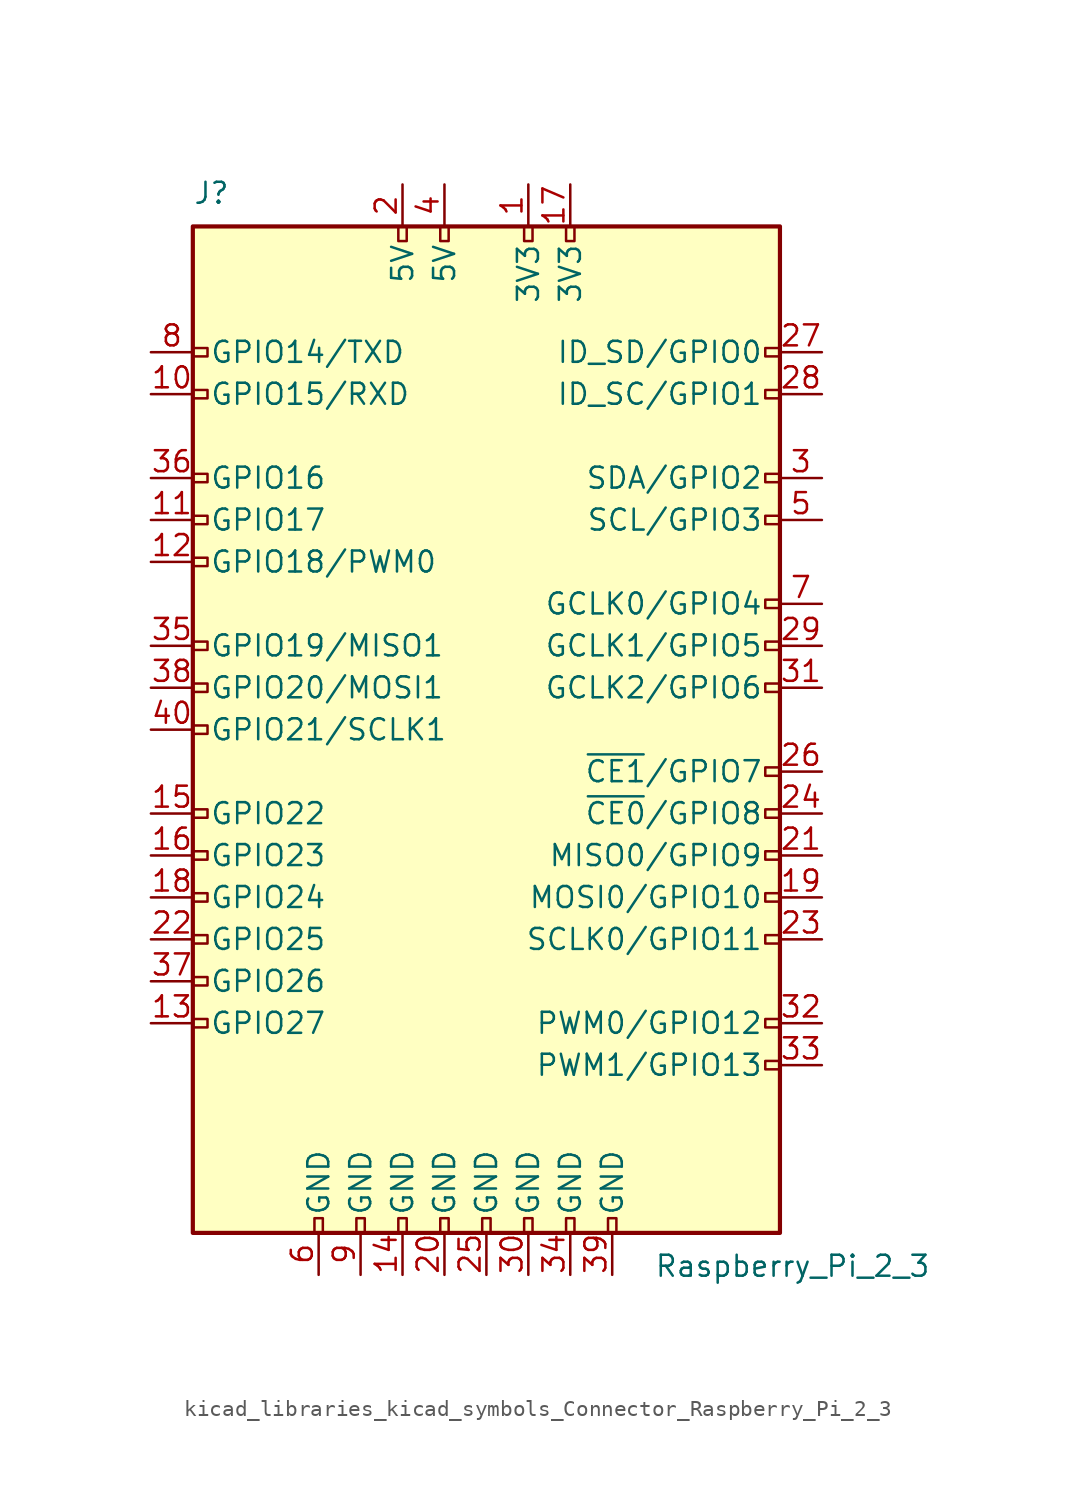
<source format=kicad_sym>
(kicad_symbol_lib
  (version 20220914)
  (generator kicad_symbol_editor)
  (symbol "kicad_libraries_kicad_symbols_Connector_Raspberry_Pi_2_3"
    (pin_names
      (offset 1.016))
    (property "Reference" "J"
      (at -17.78 31.75 0)
      (effects (font (size 1.27 1.27)) (justify left bottom)))
    (property "Value" "Raspberry_Pi_2_3"
      (at 10.16 -31.75 0)
      (effects (font (size 1.27 1.27)) (justify left top)))
    (symbol "kicad_libraries_kicad_symbols_Connector_Raspberry_Pi_2_3_0_1"
      (rectangle (start -17.78 30.48) (end 17.78 -30.48) (stroke (width 0.254) (type default)) (fill (type background))))
    (symbol "kicad_libraries_kicad_symbols_Connector_Raspberry_Pi_2_3_1_1"
      (rectangle (start -16.891 -17.526) (end -17.78 -18.034) (stroke (width 0) (type default)) (fill (type none)))
      (rectangle (start -16.891 -14.986) (end -17.78 -15.494) (stroke (width 0) (type default)) (fill (type none)))
      (rectangle (start -16.891 -12.446) (end -17.78 -12.954) (stroke (width 0) (type default)) (fill (type none)))
      (rectangle (start -16.891 -9.906) (end -17.78 -10.414) (stroke (width 0) (type default)) (fill (type none)))
      (rectangle (start -16.891 -7.366) (end -17.78 -7.874) (stroke (width 0) (type default)) (fill (type none)))
      (rectangle (start -16.891 -4.826) (end -17.78 -5.334) (stroke (width 0) (type default)) (fill (type none)))
      (rectangle (start -16.891 0.254) (end -17.78 -0.254) (stroke (width 0) (type default)) (fill (type none)))
      (rectangle (start -16.891 2.794) (end -17.78 2.286) (stroke (width 0) (type default)) (fill (type none)))
      (rectangle (start -16.891 5.334) (end -17.78 4.826) (stroke (width 0) (type default)) (fill (type none)))
      (rectangle (start -16.891 10.414) (end -17.78 9.906) (stroke (width 0) (type default)) (fill (type none)))
      (rectangle (start -16.891 12.954) (end -17.78 12.446) (stroke (width 0) (type default)) (fill (type none)))
      (rectangle (start -16.891 15.494) (end -17.78 14.986) (stroke (width 0) (type default)) (fill (type none)))
      (rectangle (start -16.891 20.574) (end -17.78 20.066) (stroke (width 0) (type default)) (fill (type none)))
      (rectangle (start -16.891 23.114) (end -17.78 22.606) (stroke (width 0) (type default)) (fill (type none)))
      (rectangle (start -10.414 -29.591) (end -9.906 -30.48) (stroke (width 0) (type default)) (fill (type none)))
      (rectangle (start -7.874 -29.591) (end -7.366 -30.48) (stroke (width 0) (type default)) (fill (type none)))
      (rectangle (start -5.334 -29.591) (end -4.826 -30.48) (stroke (width 0) (type default)) (fill (type none)))
      (rectangle (start -5.334 30.48) (end -4.826 29.591) (stroke (width 0) (type default)) (fill (type none)))
      (rectangle (start -2.794 -29.591) (end -2.286 -30.48) (stroke (width 0) (type default)) (fill (type none)))
      (rectangle (start -2.794 30.48) (end -2.286 29.591) (stroke (width 0) (type default)) (fill (type none)))
      (rectangle (start -0.254 -29.591) (end 0.254 -30.48) (stroke (width 0) (type default)) (fill (type none)))
      (rectangle (start 2.286 -29.591) (end 2.794 -30.48) (stroke (width 0) (type default)) (fill (type none)))
      (rectangle (start 2.286 30.48) (end 2.794 29.591) (stroke (width 0) (type default)) (fill (type none)))
      (rectangle (start 4.826 -29.591) (end 5.334 -30.48) (stroke (width 0) (type default)) (fill (type none)))
      (rectangle (start 4.826 30.48) (end 5.334 29.591) (stroke (width 0) (type default)) (fill (type none)))
      (rectangle (start 7.366 -29.591) (end 7.874 -30.48) (stroke (width 0) (type default)) (fill (type none)))
      (rectangle (start 17.78 -20.066) (end 16.891 -20.574) (stroke (width 0) (type default)) (fill (type none)))
      (rectangle (start 17.78 -17.526) (end 16.891 -18.034) (stroke (width 0) (type default)) (fill (type none)))
      (rectangle (start 17.78 -12.446) (end 16.891 -12.954) (stroke (width 0) (type default)) (fill (type none)))
      (rectangle (start 17.78 -9.906) (end 16.891 -10.414) (stroke (width 0) (type default)) (fill (type none)))
      (rectangle (start 17.78 -7.366) (end 16.891 -7.874) (stroke (width 0) (type default)) (fill (type none)))
      (rectangle (start 17.78 -4.826) (end 16.891 -5.334) (stroke (width 0) (type default)) (fill (type none)))
      (rectangle (start 17.78 -2.286) (end 16.891 -2.794) (stroke (width 0) (type default)) (fill (type none)))
      (rectangle (start 17.78 2.794) (end 16.891 2.286) (stroke (width 0) (type default)) (fill (type none)))
      (rectangle (start 17.78 5.334) (end 16.891 4.826) (stroke (width 0) (type default)) (fill (type none)))
      (rectangle (start 17.78 7.874) (end 16.891 7.366) (stroke (width 0) (type default)) (fill (type none)))
      (rectangle (start 17.78 12.954) (end 16.891 12.446) (stroke (width 0) (type default)) (fill (type none)))
      (rectangle (start 17.78 15.494) (end 16.891 14.986) (stroke (width 0) (type default)) (fill (type none)))
      (rectangle (start 17.78 20.574) (end 16.891 20.066) (stroke (width 0) (type default)) (fill (type none)))
      (rectangle (start 17.78 23.114) (end 16.891 22.606) (stroke (width 0) (type default)) (fill (type none)))
      (pin power_in line (at 2.54 33.02 270) (length 2.54) (name "3V3" (effects (font (size 1.27 1.27)))) (number "1" (effects (font (size 1.27 1.27)))))
      (pin bidirectional line (at -20.32 20.32 0) (length 2.54) (name "GPIO15/RXD" (effects (font (size 1.27 1.27)))) (number "10" (effects (font (size 1.27 1.27)))))
      (pin bidirectional line (at -20.32 12.7 0) (length 2.54) (name "GPIO17" (effects (font (size 1.27 1.27)))) (number "11" (effects (font (size 1.27 1.27)))))
      (pin bidirectional line (at -20.32 10.16 0) (length 2.54) (name "GPIO18/PWM0" (effects (font (size 1.27 1.27)))) (number "12" (effects (font (size 1.27 1.27)))))
      (pin bidirectional line (at -20.32 -17.78 0) (length 2.54) (name "GPIO27" (effects (font (size 1.27 1.27)))) (number "13" (effects (font (size 1.27 1.27)))))
      (pin power_in line (at -5.08 -33.02 90) (length 2.54) (name "GND" (effects (font (size 1.27 1.27)))) (number "14" (effects (font (size 1.27 1.27)))))
      (pin bidirectional line (at -20.32 -5.08 0) (length 2.54) (name "GPIO22" (effects (font (size 1.27 1.27)))) (number "15" (effects (font (size 1.27 1.27)))))
      (pin bidirectional line (at -20.32 -7.62 0) (length 2.54) (name "GPIO23" (effects (font (size 1.27 1.27)))) (number "16" (effects (font (size 1.27 1.27)))))
      (pin power_in line (at 5.08 33.02 270) (length 2.54) (name "3V3" (effects (font (size 1.27 1.27)))) (number "17" (effects (font (size 1.27 1.27)))))
      (pin bidirectional line (at -20.32 -10.16 0) (length 2.54) (name "GPIO24" (effects (font (size 1.27 1.27)))) (number "18" (effects (font (size 1.27 1.27)))))
      (pin bidirectional line (at 20.32 -10.16 180) (length 2.54) (name "MOSI0/GPIO10" (effects (font (size 1.27 1.27)))) (number "19" (effects (font (size 1.27 1.27)))))
      (pin power_in line (at -5.08 33.02 270) (length 2.54) (name "5V" (effects (font (size 1.27 1.27)))) (number "2" (effects (font (size 1.27 1.27)))))
      (pin power_in line (at -2.54 -33.02 90) (length 2.54) (name "GND" (effects (font (size 1.27 1.27)))) (number "20" (effects (font (size 1.27 1.27)))))
      (pin bidirectional line (at 20.32 -7.62 180) (length 2.54) (name "MISO0/GPIO9" (effects (font (size 1.27 1.27)))) (number "21" (effects (font (size 1.27 1.27)))))
      (pin bidirectional line (at -20.32 -12.7 0) (length 2.54) (name "GPIO25" (effects (font (size 1.27 1.27)))) (number "22" (effects (font (size 1.27 1.27)))))
      (pin bidirectional line (at 20.32 -12.7 180) (length 2.54) (name "SCLK0/GPIO11" (effects (font (size 1.27 1.27)))) (number "23" (effects (font (size 1.27 1.27)))))
      (pin bidirectional line (at 20.32 -5.08 180) (length 2.54) (name "~{CE0}/GPIO8" (effects (font (size 1.27 1.27)))) (number "24" (effects (font (size 1.27 1.27)))))
      (pin power_in line (at 0 -33.02 90) (length 2.54) (name "GND" (effects (font (size 1.27 1.27)))) (number "25" (effects (font (size 1.27 1.27)))))
      (pin bidirectional line (at 20.32 -2.54 180) (length 2.54) (name "~{CE1}/GPIO7" (effects (font (size 1.27 1.27)))) (number "26" (effects (font (size 1.27 1.27)))))
      (pin bidirectional line (at 20.32 22.86 180) (length 2.54) (name "ID_SD/GPIO0" (effects (font (size 1.27 1.27)))) (number "27" (effects (font (size 1.27 1.27)))))
      (pin bidirectional line (at 20.32 20.32 180) (length 2.54) (name "ID_SC/GPIO1" (effects (font (size 1.27 1.27)))) (number "28" (effects (font (size 1.27 1.27)))))
      (pin bidirectional line (at 20.32 5.08 180) (length 2.54) (name "GCLK1/GPIO5" (effects (font (size 1.27 1.27)))) (number "29" (effects (font (size 1.27 1.27)))))
      (pin bidirectional line (at 20.32 15.24 180) (length 2.54) (name "SDA/GPIO2" (effects (font (size 1.27 1.27)))) (number "3" (effects (font (size 1.27 1.27)))))
      (pin power_in line (at 2.54 -33.02 90) (length 2.54) (name "GND" (effects (font (size 1.27 1.27)))) (number "30" (effects (font (size 1.27 1.27)))))
      (pin bidirectional line (at 20.32 2.54 180) (length 2.54) (name "GCLK2/GPIO6" (effects (font (size 1.27 1.27)))) (number "31" (effects (font (size 1.27 1.27)))))
      (pin bidirectional line (at 20.32 -17.78 180) (length 2.54) (name "PWM0/GPIO12" (effects (font (size 1.27 1.27)))) (number "32" (effects (font (size 1.27 1.27)))))
      (pin bidirectional line (at 20.32 -20.32 180) (length 2.54) (name "PWM1/GPIO13" (effects (font (size 1.27 1.27)))) (number "33" (effects (font (size 1.27 1.27)))))
      (pin power_in line (at 5.08 -33.02 90) (length 2.54) (name "GND" (effects (font (size 1.27 1.27)))) (number "34" (effects (font (size 1.27 1.27)))))
      (pin bidirectional line (at -20.32 5.08 0) (length 2.54) (name "GPIO19/MISO1" (effects (font (size 1.27 1.27)))) (number "35" (effects (font (size 1.27 1.27)))))
      (pin bidirectional line (at -20.32 15.24 0) (length 2.54) (name "GPIO16" (effects (font (size 1.27 1.27)))) (number "36" (effects (font (size 1.27 1.27)))))
      (pin bidirectional line (at -20.32 -15.24 0) (length 2.54) (name "GPIO26" (effects (font (size 1.27 1.27)))) (number "37" (effects (font (size 1.27 1.27)))))
      (pin bidirectional line (at -20.32 2.54 0) (length 2.54) (name "GPIO20/MOSI1" (effects (font (size 1.27 1.27)))) (number "38" (effects (font (size 1.27 1.27)))))
      (pin power_in line (at 7.62 -33.02 90) (length 2.54) (name "GND" (effects (font (size 1.27 1.27)))) (number "39" (effects (font (size 1.27 1.27)))))
      (pin power_in line (at -2.54 33.02 270) (length 2.54) (name "5V" (effects (font (size 1.27 1.27)))) (number "4" (effects (font (size 1.27 1.27)))))
      (pin bidirectional line (at -20.32 0 0) (length 2.54) (name "GPIO21/SCLK1" (effects (font (size 1.27 1.27)))) (number "40" (effects (font (size 1.27 1.27)))))
      (pin bidirectional line (at 20.32 12.7 180) (length 2.54) (name "SCL/GPIO3" (effects (font (size 1.27 1.27)))) (number "5" (effects (font (size 1.27 1.27)))))
      (pin power_in line (at -10.16 -33.02 90) (length 2.54) (name "GND" (effects (font (size 1.27 1.27)))) (number "6" (effects (font (size 1.27 1.27)))))
      (pin bidirectional line (at 20.32 7.62 180) (length 2.54) (name "GCLK0/GPIO4" (effects (font (size 1.27 1.27)))) (number "7" (effects (font (size 1.27 1.27)))))
      (pin bidirectional line (at -20.32 22.86 0) (length 2.54) (name "GPIO14/TXD" (effects (font (size 1.27 1.27)))) (number "8" (effects (font (size 1.27 1.27)))))
      (pin power_in line (at -7.62 -33.02 90) (length 2.54) (name "GND" (effects (font (size 1.27 1.27)))) (number "9" (effects (font (size 1.27 1.27))))))))
</source>
